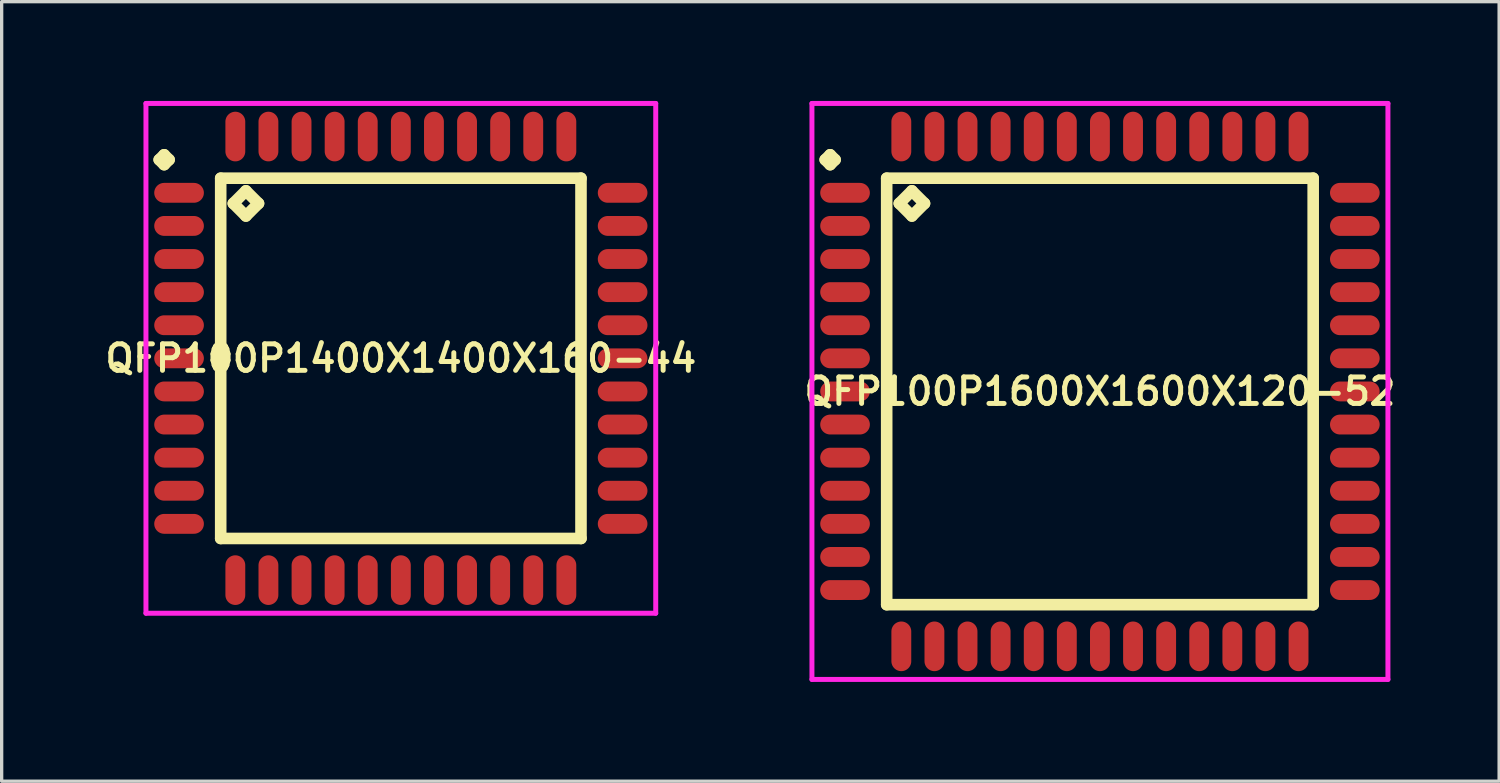
<source format=kicad_pcb>
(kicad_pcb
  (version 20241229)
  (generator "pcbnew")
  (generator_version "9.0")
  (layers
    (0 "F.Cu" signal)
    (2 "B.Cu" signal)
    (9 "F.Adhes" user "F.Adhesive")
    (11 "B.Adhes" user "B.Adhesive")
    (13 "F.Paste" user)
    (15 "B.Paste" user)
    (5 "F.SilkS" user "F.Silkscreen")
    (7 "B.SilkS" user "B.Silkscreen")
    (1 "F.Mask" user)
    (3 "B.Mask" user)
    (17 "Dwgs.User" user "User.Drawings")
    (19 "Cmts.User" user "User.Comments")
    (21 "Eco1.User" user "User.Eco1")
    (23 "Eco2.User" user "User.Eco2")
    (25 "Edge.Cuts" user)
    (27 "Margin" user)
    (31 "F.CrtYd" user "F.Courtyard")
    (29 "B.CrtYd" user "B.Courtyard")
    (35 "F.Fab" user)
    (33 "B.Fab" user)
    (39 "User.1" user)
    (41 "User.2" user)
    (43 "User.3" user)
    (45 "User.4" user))
  (footprint "QFP100P1400X1400X160-44"
    (layer "F.Cu")
    (at 9.059 7.775)
    (property "Reference" "QFP100P1400X1400X160-44" (at 0 0 0) (layer "F.SilkS") (effects (font (size 0.8 0.8) (thickness 0.15))))
    (attr smd)
    (fp_line (start -7.3 -6) (end -7.15 -6.15) (stroke (width 0.35) (type solid)) (layer "F.SilkS"))
    (fp_line (start -7.15 -6.15) (end -7 -6) (stroke (width 0.35) (type solid)) (layer "F.SilkS"))
    (fp_line (start -7.15 -5.85) (end -7.3 -6) (stroke (width 0.35) (type solid)) (layer "F.SilkS"))
    (fp_line (start -7 -6) (end -7.15 -5.85) (stroke (width 0.35) (type solid)) (layer "F.SilkS"))
    (fp_line (start -5.442 -5.442) (end -5.442 5.442) (stroke (width 0.35) (type solid)) (layer "F.SilkS"))
    (fp_line (start -5.442 5.442) (end 5.442 5.442) (stroke (width 0.35) (type solid)) (layer "F.SilkS"))
    (fp_line (start -5.061 -4.68) (end -4.68 -5.061) (stroke (width 0.35) (type solid)) (layer "F.SilkS"))
    (fp_line (start -4.68 -5.061) (end -4.299 -4.68) (stroke (width 0.35) (type solid)) (layer "F.SilkS"))
    (fp_line (start -4.68 -4.299) (end -5.061 -4.68) (stroke (width 0.35) (type solid)) (layer "F.SilkS"))
    (fp_line (start -4.299 -4.68) (end -4.68 -4.299) (stroke (width 0.35) (type solid)) (layer "F.SilkS"))
    (fp_line (start 5.442 -5.442) (end -5.442 -5.442) (stroke (width 0.35) (type solid)) (layer "F.SilkS"))
    (fp_line (start 5.442 5.442) (end 5.442 -5.442) (stroke (width 0.35) (type solid)) (layer "F.SilkS"))
    (fp_line (start -7.7 -7.7) (end 7.7 -7.7) (stroke (width 0.15) (type solid)) (layer "F.CrtYd"))
    (fp_line (start -7.7 7.7) (end -7.7 -7.7) (stroke (width 0.15) (type solid)) (layer "F.CrtYd"))
    (fp_line (start 7.7 -7.7) (end 7.7 7.7) (stroke (width 0.15) (type solid)) (layer "F.CrtYd"))
    (fp_line (start 7.7 7.7) (end -7.7 7.7) (stroke (width 0.15) (type solid)) (layer "F.CrtYd"))
    (pad "1" smd oval (at -6.7 -5) (size 1.5 0.6) (layers "F.Cu" "F.Mask" "F.Paste"))
    (pad "2" smd oval (at -6.7 -4) (size 1.5 0.6) (layers "F.Cu" "F.Mask" "F.Paste"))
    (pad "3" smd oval (at -6.7 -3) (size 1.5 0.6) (layers "F.Cu" "F.Mask" "F.Paste"))
    (pad "4" smd oval (at -6.7 -2) (size 1.5 0.6) (layers "F.Cu" "F.Mask" "F.Paste"))
    (pad "5" smd oval (at -6.7 -1) (size 1.5 0.6) (layers "F.Cu" "F.Mask" "F.Paste"))
    (pad "6" smd oval (at -6.7 0) (size 1.5 0.6) (layers "F.Cu" "F.Mask" "F.Paste"))
    (pad "7" smd oval (at -6.7 1) (size 1.5 0.6) (layers "F.Cu" "F.Mask" "F.Paste"))
    (pad "8" smd oval (at -6.7 2) (size 1.5 0.6) (layers "F.Cu" "F.Mask" "F.Paste"))
    (pad "9" smd oval (at -6.7 3) (size 1.5 0.6) (layers "F.Cu" "F.Mask" "F.Paste"))
    (pad "10" smd oval (at -6.7 4) (size 1.5 0.6) (layers "F.Cu" "F.Mask" "F.Paste"))
    (pad "11" smd oval (at -6.7 5) (size 1.5 0.6) (layers "F.Cu" "F.Mask" "F.Paste"))
    (pad "12" smd oval (at -5 6.7) (size 0.6 1.5) (layers "F.Cu" "F.Mask" "F.Paste"))
    (pad "13" smd oval (at -4 6.7) (size 0.6 1.5) (layers "F.Cu" "F.Mask" "F.Paste"))
    (pad "14" smd oval (at -3 6.7) (size 0.6 1.5) (layers "F.Cu" "F.Mask" "F.Paste"))
    (pad "15" smd oval (at -2 6.7) (size 0.6 1.5) (layers "F.Cu" "F.Mask" "F.Paste"))
    (pad "16" smd oval (at -1 6.7) (size 0.6 1.5) (layers "F.Cu" "F.Mask" "F.Paste"))
    (pad "17" smd oval (at 0 6.7) (size 0.6 1.5) (layers "F.Cu" "F.Mask" "F.Paste"))
    (pad "18" smd oval (at 1 6.7) (size 0.6 1.5) (layers "F.Cu" "F.Mask" "F.Paste"))
    (pad "19" smd oval (at 2 6.7) (size 0.6 1.5) (layers "F.Cu" "F.Mask" "F.Paste"))
    (pad "20" smd oval (at 3 6.7) (size 0.6 1.5) (layers "F.Cu" "F.Mask" "F.Paste"))
    (pad "21" smd oval (at 4 6.7) (size 0.6 1.5) (layers "F.Cu" "F.Mask" "F.Paste"))
    (pad "22" smd oval (at 5 6.7) (size 0.6 1.5) (layers "F.Cu" "F.Mask" "F.Paste"))
    (pad "23" smd oval (at 6.7 5) (size 1.5 0.6) (layers "F.Cu" "F.Mask" "F.Paste"))
    (pad "24" smd oval (at 6.7 4) (size 1.5 0.6) (layers "F.Cu" "F.Mask" "F.Paste"))
    (pad "25" smd oval (at 6.7 3) (size 1.5 0.6) (layers "F.Cu" "F.Mask" "F.Paste"))
    (pad "26" smd oval (at 6.7 2) (size 1.5 0.6) (layers "F.Cu" "F.Mask" "F.Paste"))
    (pad "27" smd oval (at 6.7 1) (size 1.5 0.6) (layers "F.Cu" "F.Mask" "F.Paste"))
    (pad "28" smd oval (at 6.7 0) (size 1.5 0.6) (layers "F.Cu" "F.Mask" "F.Paste"))
    (pad "29" smd oval (at 6.7 -1) (size 1.5 0.6) (layers "F.Cu" "F.Mask" "F.Paste"))
    (pad "30" smd oval (at 6.7 -2) (size 1.5 0.6) (layers "F.Cu" "F.Mask" "F.Paste"))
    (pad "31" smd oval (at 6.7 -3) (size 1.5 0.6) (layers "F.Cu" "F.Mask" "F.Paste"))
    (pad "32" smd oval (at 6.7 -4) (size 1.5 0.6) (layers "F.Cu" "F.Mask" "F.Paste"))
    (pad "33" smd oval (at 6.7 -5) (size 1.5 0.6) (layers "F.Cu" "F.Mask" "F.Paste"))
    (pad "34" smd oval (at 5 -6.7) (size 0.6 1.5) (layers "F.Cu" "F.Mask" "F.Paste"))
    (pad "35" smd oval (at 4 -6.7) (size 0.6 1.5) (layers "F.Cu" "F.Mask" "F.Paste"))
    (pad "36" smd oval (at 3 -6.7) (size 0.6 1.5) (layers "F.Cu" "F.Mask" "F.Paste"))
    (pad "37" smd oval (at 2 -6.7) (size 0.6 1.5) (layers "F.Cu" "F.Mask" "F.Paste"))
    (pad "38" smd oval (at 1 -6.7) (size 0.6 1.5) (layers "F.Cu" "F.Mask" "F.Paste"))
    (pad "39" smd oval (at 0 -6.7) (size 0.6 1.5) (layers "F.Cu" "F.Mask" "F.Paste"))
    (pad "40" smd oval (at -1 -6.7) (size 0.6 1.5) (layers "F.Cu" "F.Mask" "F.Paste"))
    (pad "41" smd oval (at -2 -6.7) (size 0.6 1.5) (layers "F.Cu" "F.Mask" "F.Paste"))
    (pad "42" smd oval (at -3 -6.7) (size 0.6 1.5) (layers "F.Cu" "F.Mask" "F.Paste"))
    (pad "43" smd oval (at -4 -6.7) (size 0.6 1.5) (layers "F.Cu" "F.Mask" "F.Paste"))
    (pad "44" smd oval (at -5 -6.7) (size 0.6 1.5) (layers "F.Cu" "F.Mask" "F.Paste")))
  (footprint "QFP100P1600X1600X120-52"
    (layer "F.Cu")
    (at 30.178 8.775)
    (property "Reference" "QFP100P1600X1600X120-52" (at 0 0 0) (layer "F.SilkS") (effects (font (size 0.8 0.8) (thickness 0.15))))
    (attr smd)
    (fp_line (start -8.3 -7) (end -8.15 -7.15) (stroke (width 0.35) (type solid)) (layer "F.SilkS"))
    (fp_line (start -8.15 -7.15) (end -8 -7) (stroke (width 0.35) (type solid)) (layer "F.SilkS"))
    (fp_line (start -8.15 -6.85) (end -8.3 -7) (stroke (width 0.35) (type solid)) (layer "F.SilkS"))
    (fp_line (start -8 -7) (end -8.15 -6.85) (stroke (width 0.35) (type solid)) (layer "F.SilkS"))
    (fp_line (start -6.442 -6.442) (end -6.442 6.442) (stroke (width 0.35) (type solid)) (layer "F.SilkS"))
    (fp_line (start -6.442 6.442) (end 6.442 6.442) (stroke (width 0.35) (type solid)) (layer "F.SilkS"))
    (fp_line (start -6.061 -5.68) (end -5.68 -6.061) (stroke (width 0.35) (type solid)) (layer "F.SilkS"))
    (fp_line (start -5.68 -6.061) (end -5.299 -5.68) (stroke (width 0.35) (type solid)) (layer "F.SilkS"))
    (fp_line (start -5.68 -5.299) (end -6.061 -5.68) (stroke (width 0.35) (type solid)) (layer "F.SilkS"))
    (fp_line (start -5.299 -5.68) (end -5.68 -5.299) (stroke (width 0.35) (type solid)) (layer "F.SilkS"))
    (fp_line (start 6.442 -6.442) (end -6.442 -6.442) (stroke (width 0.35) (type solid)) (layer "F.SilkS"))
    (fp_line (start 6.442 6.442) (end 6.442 -6.442) (stroke (width 0.35) (type solid)) (layer "F.SilkS"))
    (fp_line (start -8.7 -8.7) (end 8.7 -8.7) (stroke (width 0.15) (type solid)) (layer "F.CrtYd"))
    (fp_line (start -8.7 8.7) (end -8.7 -8.7) (stroke (width 0.15) (type solid)) (layer "F.CrtYd"))
    (fp_line (start 8.7 -8.7) (end 8.7 8.7) (stroke (width 0.15) (type solid)) (layer "F.CrtYd"))
    (fp_line (start 8.7 8.7) (end -8.7 8.7) (stroke (width 0.15) (type solid)) (layer "F.CrtYd"))
    (pad "1" smd oval (at -7.7 -6) (size 1.5 0.6) (layers "F.Cu" "F.Mask" "F.Paste"))
    (pad "2" smd oval (at -7.7 -5) (size 1.5 0.6) (layers "F.Cu" "F.Mask" "F.Paste"))
    (pad "3" smd oval (at -7.7 -4) (size 1.5 0.6) (layers "F.Cu" "F.Mask" "F.Paste"))
    (pad "4" smd oval (at -7.7 -3) (size 1.5 0.6) (layers "F.Cu" "F.Mask" "F.Paste"))
    (pad "5" smd oval (at -7.7 -2) (size 1.5 0.6) (layers "F.Cu" "F.Mask" "F.Paste"))
    (pad "6" smd oval (at -7.7 -1) (size 1.5 0.6) (layers "F.Cu" "F.Mask" "F.Paste"))
    (pad "7" smd oval (at -7.7 0) (size 1.5 0.6) (layers "F.Cu" "F.Mask" "F.Paste"))
    (pad "8" smd oval (at -7.7 1) (size 1.5 0.6) (layers "F.Cu" "F.Mask" "F.Paste"))
    (pad "9" smd oval (at -7.7 2) (size 1.5 0.6) (layers "F.Cu" "F.Mask" "F.Paste"))
    (pad "10" smd oval (at -7.7 3) (size 1.5 0.6) (layers "F.Cu" "F.Mask" "F.Paste"))
    (pad "11" smd oval (at -7.7 4) (size 1.5 0.6) (layers "F.Cu" "F.Mask" "F.Paste"))
    (pad "12" smd oval (at -7.7 5) (size 1.5 0.6) (layers "F.Cu" "F.Mask" "F.Paste"))
    (pad "13" smd oval (at -7.7 6) (size 1.5 0.6) (layers "F.Cu" "F.Mask" "F.Paste"))
    (pad "14" smd oval (at -6 7.7) (size 0.6 1.5) (layers "F.Cu" "F.Mask" "F.Paste"))
    (pad "15" smd oval (at -5 7.7) (size 0.6 1.5) (layers "F.Cu" "F.Mask" "F.Paste"))
    (pad "16" smd oval (at -4 7.7) (size 0.6 1.5) (layers "F.Cu" "F.Mask" "F.Paste"))
    (pad "17" smd oval (at -3 7.7) (size 0.6 1.5) (layers "F.Cu" "F.Mask" "F.Paste"))
    (pad "18" smd oval (at -2 7.7) (size 0.6 1.5) (layers "F.Cu" "F.Mask" "F.Paste"))
    (pad "19" smd oval (at -1 7.7) (size 0.6 1.5) (layers "F.Cu" "F.Mask" "F.Paste"))
    (pad "20" smd oval (at 0 7.7) (size 0.6 1.5) (layers "F.Cu" "F.Mask" "F.Paste"))
    (pad "21" smd oval (at 1 7.7) (size 0.6 1.5) (layers "F.Cu" "F.Mask" "F.Paste"))
    (pad "22" smd oval (at 2 7.7) (size 0.6 1.5) (layers "F.Cu" "F.Mask" "F.Paste"))
    (pad "23" smd oval (at 3 7.7) (size 0.6 1.5) (layers "F.Cu" "F.Mask" "F.Paste"))
    (pad "24" smd oval (at 4 7.7) (size 0.6 1.5) (layers "F.Cu" "F.Mask" "F.Paste"))
    (pad "25" smd oval (at 5 7.7) (size 0.6 1.5) (layers "F.Cu" "F.Mask" "F.Paste"))
    (pad "26" smd oval (at 6 7.7) (size 0.6 1.5) (layers "F.Cu" "F.Mask" "F.Paste"))
    (pad "27" smd oval (at 7.7 6) (size 1.5 0.6) (layers "F.Cu" "F.Mask" "F.Paste"))
    (pad "28" smd oval (at 7.7 5) (size 1.5 0.6) (layers "F.Cu" "F.Mask" "F.Paste"))
    (pad "29" smd oval (at 7.7 4) (size 1.5 0.6) (layers "F.Cu" "F.Mask" "F.Paste"))
    (pad "30" smd oval (at 7.7 3) (size 1.5 0.6) (layers "F.Cu" "F.Mask" "F.Paste"))
    (pad "31" smd oval (at 7.7 2) (size 1.5 0.6) (layers "F.Cu" "F.Mask" "F.Paste"))
    (pad "32" smd oval (at 7.7 1) (size 1.5 0.6) (layers "F.Cu" "F.Mask" "F.Paste"))
    (pad "33" smd oval (at 7.7 0) (size 1.5 0.6) (layers "F.Cu" "F.Mask" "F.Paste"))
    (pad "34" smd oval (at 7.7 -1) (size 1.5 0.6) (layers "F.Cu" "F.Mask" "F.Paste"))
    (pad "35" smd oval (at 7.7 -2) (size 1.5 0.6) (layers "F.Cu" "F.Mask" "F.Paste"))
    (pad "36" smd oval (at 7.7 -3) (size 1.5 0.6) (layers "F.Cu" "F.Mask" "F.Paste"))
    (pad "37" smd oval (at 7.7 -4) (size 1.5 0.6) (layers "F.Cu" "F.Mask" "F.Paste"))
    (pad "38" smd oval (at 7.7 -5) (size 1.5 0.6) (layers "F.Cu" "F.Mask" "F.Paste"))
    (pad "39" smd oval (at 7.7 -6) (size 1.5 0.6) (layers "F.Cu" "F.Mask" "F.Paste"))
    (pad "40" smd oval (at 6 -7.7) (size 0.6 1.5) (layers "F.Cu" "F.Mask" "F.Paste"))
    (pad "41" smd oval (at 5 -7.7) (size 0.6 1.5) (layers "F.Cu" "F.Mask" "F.Paste"))
    (pad "42" smd oval (at 4 -7.7) (size 0.6 1.5) (layers "F.Cu" "F.Mask" "F.Paste"))
    (pad "43" smd oval (at 3 -7.7) (size 0.6 1.5) (layers "F.Cu" "F.Mask" "F.Paste"))
    (pad "44" smd oval (at 2 -7.7) (size 0.6 1.5) (layers "F.Cu" "F.Mask" "F.Paste"))
    (pad "45" smd oval (at 1 -7.7) (size 0.6 1.5) (layers "F.Cu" "F.Mask" "F.Paste"))
    (pad "46" smd oval (at 0 -7.7) (size 0.6 1.5) (layers "F.Cu" "F.Mask" "F.Paste"))
    (pad "47" smd oval (at -1 -7.7) (size 0.6 1.5) (layers "F.Cu" "F.Mask" "F.Paste"))
    (pad "48" smd oval (at -2 -7.7) (size 0.6 1.5) (layers "F.Cu" "F.Mask" "F.Paste"))
    (pad "49" smd oval (at -3 -7.7) (size 0.6 1.5) (layers "F.Cu" "F.Mask" "F.Paste"))
    (pad "50" smd oval (at -4 -7.7) (size 0.6 1.5) (layers "F.Cu" "F.Mask" "F.Paste"))
    (pad "51" smd oval (at -5 -7.7) (size 0.6 1.5) (layers "F.Cu" "F.Mask" "F.Paste"))
    (pad "52" smd oval (at -6 -7.7) (size 0.6 1.5) (layers "F.Cu" "F.Mask" "F.Paste")))
  (gr_rect
    (start -3 -3)
    (end 42.237 20.55)
    (stroke (width 0.1) (type default))
    (fill no)
    (layer "Edge.Cuts")))
</source>
